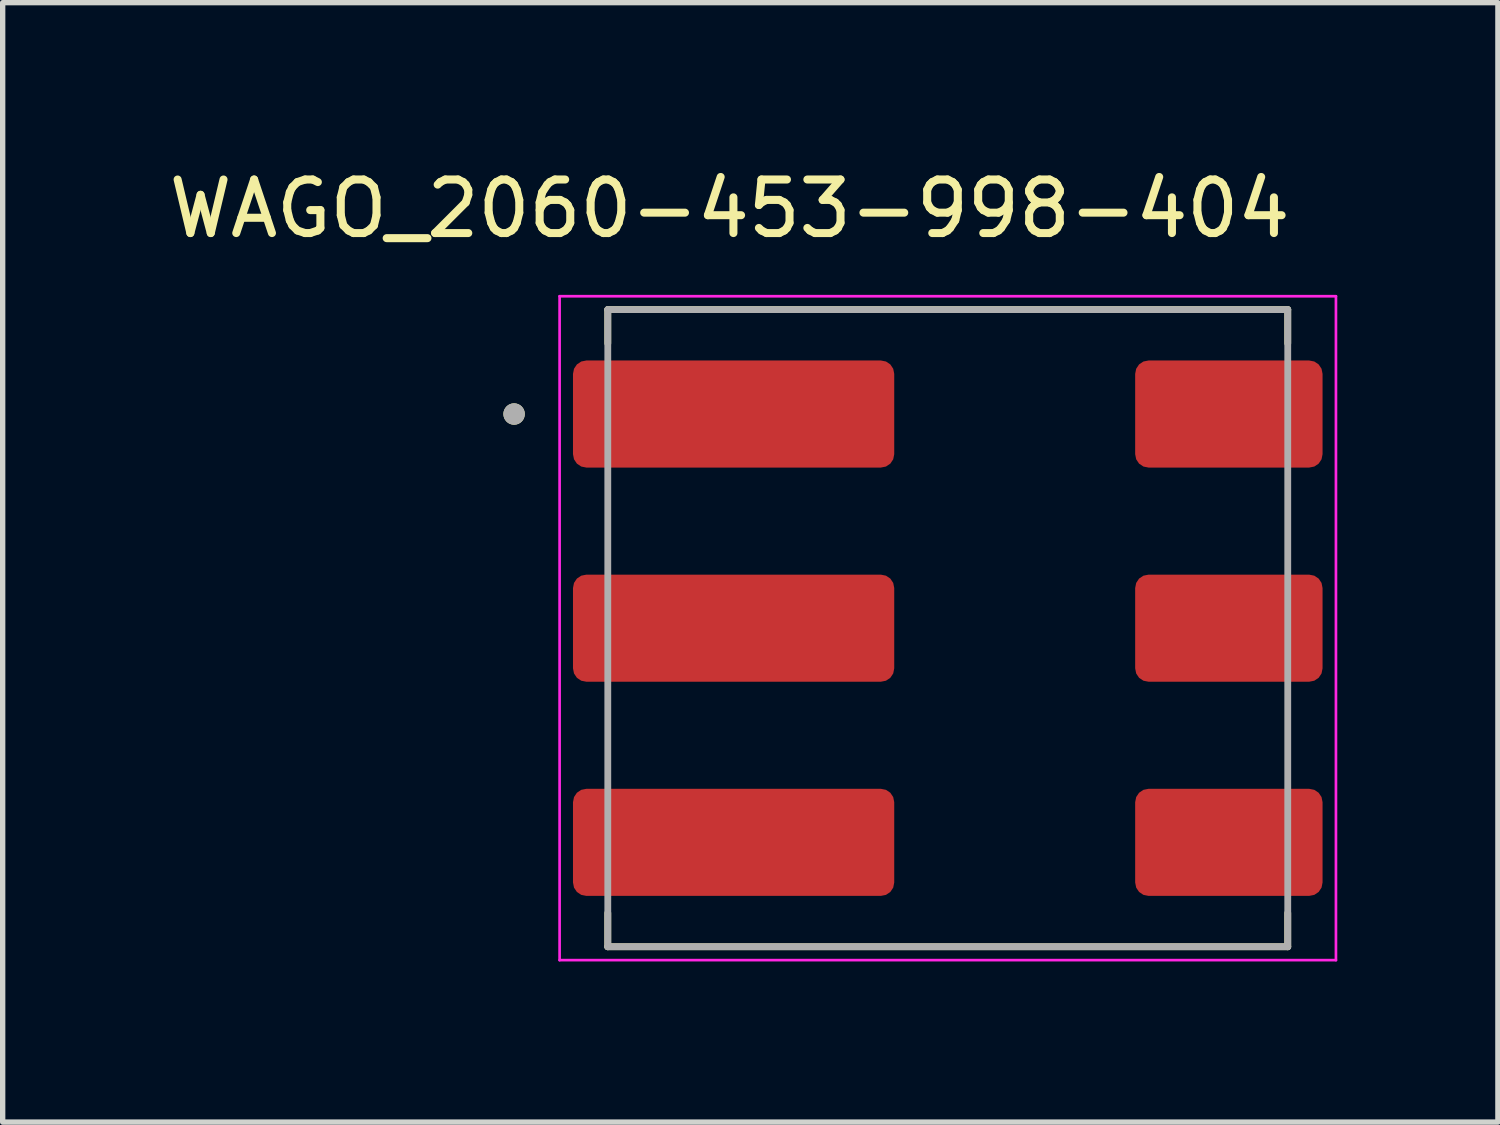
<source format=kicad_pcb>
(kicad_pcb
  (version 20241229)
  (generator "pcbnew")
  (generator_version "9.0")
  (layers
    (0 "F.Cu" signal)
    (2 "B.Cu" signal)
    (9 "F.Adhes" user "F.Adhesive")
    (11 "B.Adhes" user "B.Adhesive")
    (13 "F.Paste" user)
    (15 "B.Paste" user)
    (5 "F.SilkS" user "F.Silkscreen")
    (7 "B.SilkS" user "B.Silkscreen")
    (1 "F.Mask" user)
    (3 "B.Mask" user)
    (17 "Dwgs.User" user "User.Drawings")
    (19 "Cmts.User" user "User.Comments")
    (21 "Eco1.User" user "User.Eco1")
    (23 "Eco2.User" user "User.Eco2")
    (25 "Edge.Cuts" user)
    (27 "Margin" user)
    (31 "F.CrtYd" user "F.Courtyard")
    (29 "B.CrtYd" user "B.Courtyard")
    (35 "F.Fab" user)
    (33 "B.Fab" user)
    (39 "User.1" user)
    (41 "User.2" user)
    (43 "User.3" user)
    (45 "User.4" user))
  (footprint "WAGO_2060-453-998-404"
    (layer "F.Cu")
    (at 14.652 8.683)
    (property "Reference" "WAGO_2060-453-998-404" (at -4.075 -7.835 0) (layer "F.SilkS") (effects (font (size 1 1) (thickness 0.15))))
    (attr smd)
    (fp_line (start -6.35 -5.95) (end -6.35 -5.32) (stroke (width 0.127) (type solid)) (layer "F.SilkS"))
    (fp_line (start -6.35 5.95) (end -6.35 5.32) (stroke (width 0.127) (type solid)) (layer "F.SilkS"))
    (fp_line (start -6.35 5.95) (end 6.35 5.95) (stroke (width 0.127) (type solid)) (layer "F.SilkS"))
    (fp_line (start 6.35 -5.95) (end -6.35 -5.95) (stroke (width 0.127) (type solid)) (layer "F.SilkS"))
    (fp_line (start 6.35 -5.32) (end 6.35 -5.95) (stroke (width 0.127) (type solid)) (layer "F.SilkS"))
    (fp_line (start 6.35 5.95) (end 6.35 5.32) (stroke (width 0.127) (type solid)) (layer "F.SilkS"))
    (fp_circle (center -8.1 -4) (end -8 -4) (stroke (width 0.2) (type solid)) (fill no) (layer "F.SilkS"))
    (fp_line (start -7.25 -6.2) (end -7.25 6.2) (stroke (width 0.05) (type solid)) (layer "F.CrtYd"))
    (fp_line (start -7.25 6.2) (end 7.25 6.2) (stroke (width 0.05) (type solid)) (layer "F.CrtYd"))
    (fp_line (start 7.25 -6.2) (end -7.25 -6.2) (stroke (width 0.05) (type solid)) (layer "F.CrtYd"))
    (fp_line (start 7.25 6.2) (end 7.25 -6.2) (stroke (width 0.05) (type solid)) (layer "F.CrtYd"))
    (fp_line (start -6.35 -5.95) (end -6.35 5.95) (stroke (width 0.127) (type solid)) (layer "F.Fab"))
    (fp_line (start -6.35 5.95) (end 6.35 5.95) (stroke (width 0.127) (type solid)) (layer "F.Fab"))
    (fp_line (start 6.35 -5.95) (end -6.35 -5.95) (stroke (width 0.127) (type solid)) (layer "F.Fab"))
    (fp_line (start 6.35 5.95) (end 6.35 -5.95) (stroke (width 0.127) (type solid)) (layer "F.Fab"))
    (fp_circle (center -8.1 -4) (end -8 -4) (stroke (width 0.2) (type solid)) (fill no) (layer "F.Fab"))
    (pad "1_1" smd roundrect (at -4 -4) (size 6 2) (layers "F.Cu" "F.Mask" "F.Paste") (roundrect_rratio 0.125))
    (pad "1_2" smd roundrect (at 5.25 -4) (size 3.5 2) (layers "F.Cu" "F.Mask" "F.Paste") (roundrect_rratio 0.125))
    (pad "2_1" smd roundrect (at -4 0) (size 6 2) (layers "F.Cu" "F.Mask" "F.Paste") (roundrect_rratio 0.125))
    (pad "2_2" smd roundrect (at 5.25 0) (size 3.5 2) (layers "F.Cu" "F.Mask" "F.Paste") (roundrect_rratio 0.125))
    (pad "3_1" smd roundrect (at -4 4) (size 6 2) (layers "F.Cu" "F.Mask" "F.Paste") (roundrect_rratio 0.125))
    (pad "3_2" smd roundrect (at 5.25 4) (size 3.5 2) (layers "F.Cu" "F.Mask" "F.Paste") (roundrect_rratio 0.125)))
  (gr_rect
    (start -3 -3)
    (end 24.927 17.908)
    (stroke (width 0.1) (type default))
    (fill no)
    (layer "Edge.Cuts")))
</source>
